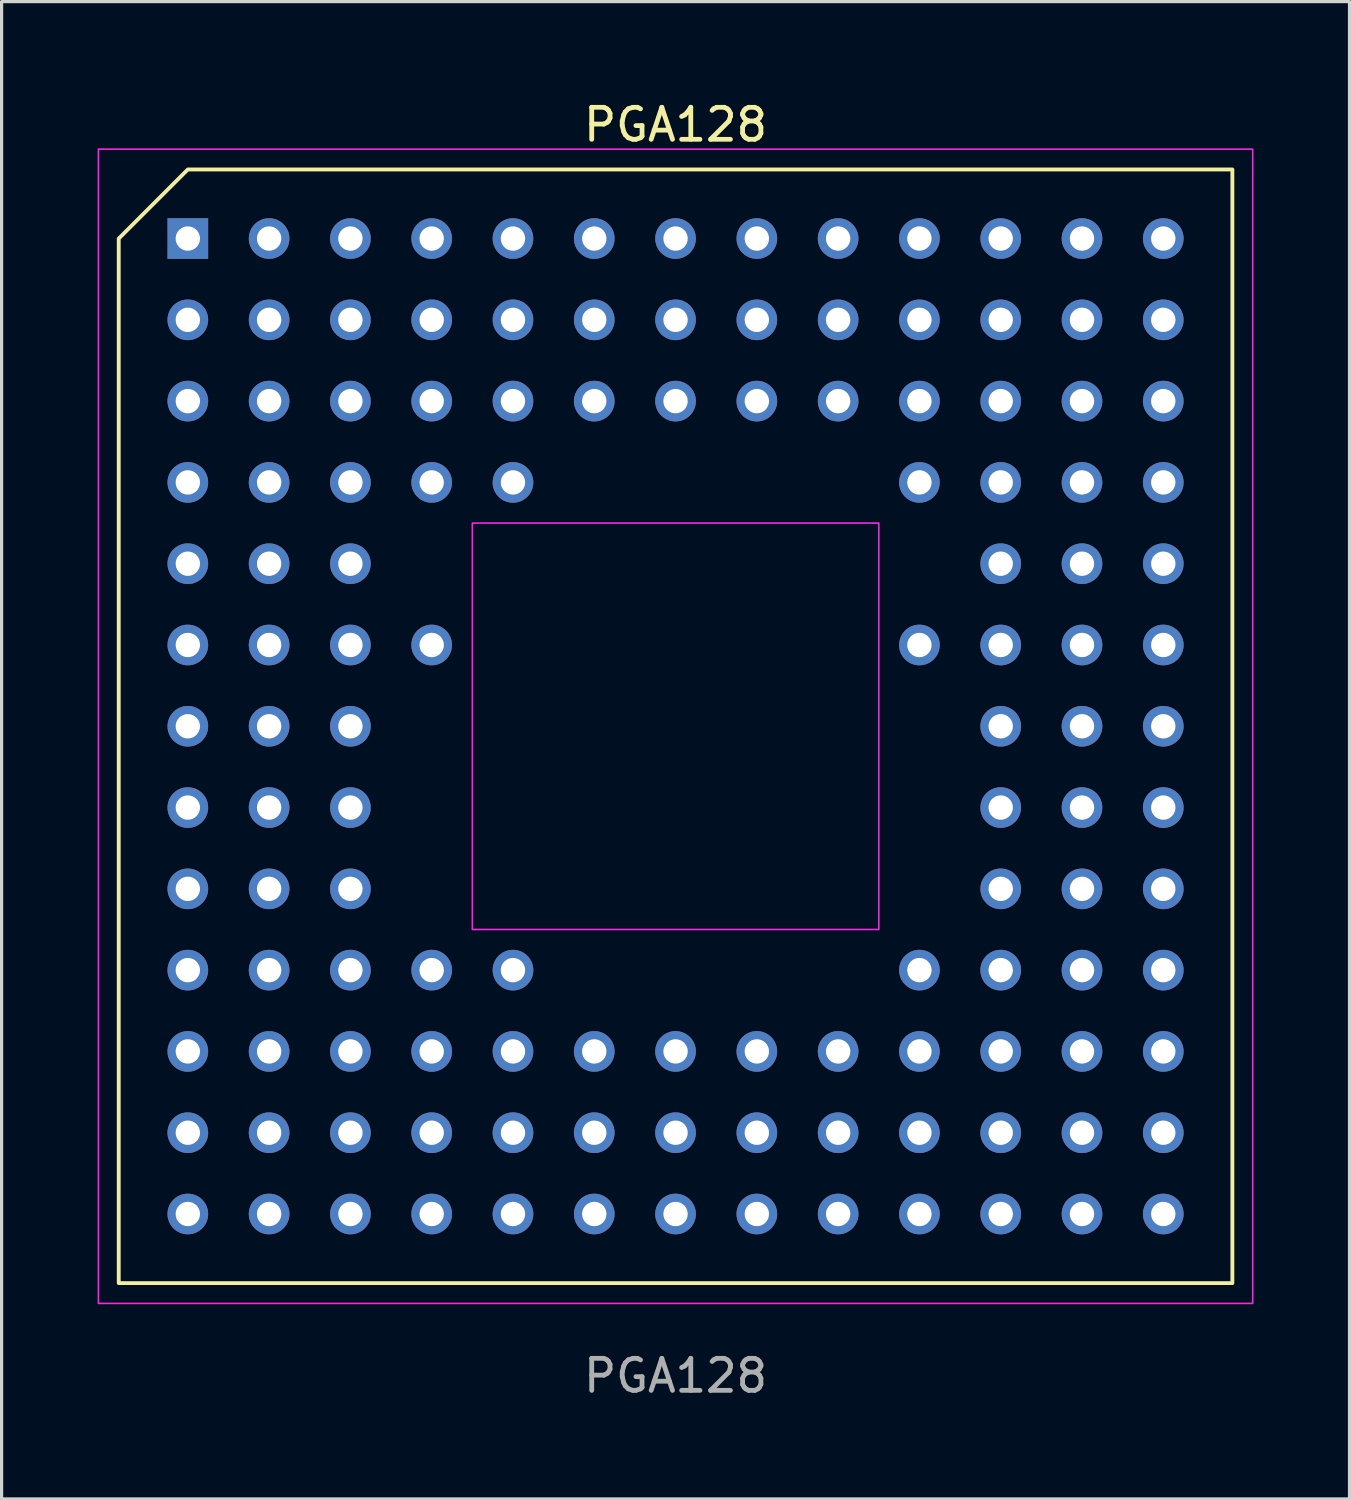
<source format=kicad_pcb>
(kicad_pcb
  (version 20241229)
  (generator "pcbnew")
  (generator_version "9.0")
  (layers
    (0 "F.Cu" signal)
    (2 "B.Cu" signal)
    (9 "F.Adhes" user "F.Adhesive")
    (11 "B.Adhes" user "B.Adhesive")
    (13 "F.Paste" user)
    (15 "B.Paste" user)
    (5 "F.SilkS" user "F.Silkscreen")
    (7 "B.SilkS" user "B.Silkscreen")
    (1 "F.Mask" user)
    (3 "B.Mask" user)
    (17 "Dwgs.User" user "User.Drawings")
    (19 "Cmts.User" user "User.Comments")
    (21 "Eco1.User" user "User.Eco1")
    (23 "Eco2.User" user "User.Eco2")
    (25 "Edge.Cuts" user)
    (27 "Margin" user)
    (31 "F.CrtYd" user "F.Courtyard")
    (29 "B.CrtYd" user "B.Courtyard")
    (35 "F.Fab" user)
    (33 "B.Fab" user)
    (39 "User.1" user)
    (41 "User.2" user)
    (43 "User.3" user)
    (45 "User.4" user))
  (footprint "PGA128"
    (layer "F.Cu")
    (at 18.059 19.644)
    (property "Reference" "PGA128" (at 0 -18.796 0) (unlocked yes) (layer "F.SilkS") (effects (font (size 1 1) (thickness 0.15))))
    (attr through_hole)
    (fp_poly (pts (xy 17.399 -17.399) (xy 17.399 17.399) (xy -17.399 17.399) (xy -17.399 -15.24) (xy -15.24 -17.399)) (stroke (width 0.12) (type solid)) (fill no) (layer "F.SilkS"))
    (fp_rect (start -18.034 -18.034) (end 18.034 18.034) (stroke (width 0.05) (type default)) (fill no) (layer "F.CrtYd"))
    (fp_rect (start 6.35 6.35) (end -6.35 -6.35) (stroke (width 0.05) (type default)) (fill no) (layer "F.CrtYd"))
    (fp_text user "${REFERENCE}" (at 0 20.296 0) (unlocked yes) (layer "F.Fab") (effects (font (size 1 1) (thickness 0.15))))
    (pad "A1" thru_hole rect (at -15.24 -15.24 180) (size 1.27 1.27) (drill 0.762) (layers "*.Cu" "*.Mask"))
    (pad "A2" thru_hole circle (at -12.7 -15.24 180) (size 1.27 1.27) (drill 0.762) (layers "*.Cu" "*.Mask"))
    (pad "A3" thru_hole circle (at -10.16 -15.24 180) (size 1.27 1.27) (drill 0.762) (layers "*.Cu" "*.Mask"))
    (pad "A4" thru_hole circle (at -7.62 -15.24 180) (size 1.27 1.27) (drill 0.762) (layers "*.Cu" "*.Mask"))
    (pad "A5" thru_hole circle (at -5.08 -15.24 180) (size 1.27 1.27) (drill 0.762) (layers "*.Cu" "*.Mask"))
    (pad "A6" thru_hole circle (at -2.54 -15.24 180) (size 1.27 1.27) (drill 0.762) (layers "*.Cu" "*.Mask"))
    (pad "A7" thru_hole circle (at 0 -15.24 180) (size 1.27 1.27) (drill 0.762) (layers "*.Cu" "*.Mask"))
    (pad "A8" thru_hole circle (at 2.54 -15.24 180) (size 1.27 1.27) (drill 0.762) (layers "*.Cu" "*.Mask"))
    (pad "A9" thru_hole circle (at 5.08 -15.24 180) (size 1.27 1.27) (drill 0.762) (layers "*.Cu" "*.Mask"))
    (pad "A10" thru_hole circle (at 7.62 -15.24 180) (size 1.27 1.27) (drill 0.762) (layers "*.Cu" "*.Mask"))
    (pad "A11" thru_hole circle (at 10.16 -15.24 180) (size 1.27 1.27) (drill 0.762) (layers "*.Cu" "*.Mask"))
    (pad "A12" thru_hole circle (at 12.7 -15.24 180) (size 1.27 1.27) (drill 0.762) (layers "*.Cu" "*.Mask"))
    (pad "A13" thru_hole circle (at 15.24 -15.24 180) (size 1.27 1.27) (drill 0.762) (layers "*.Cu" "*.Mask"))
    (pad "B1" thru_hole circle (at -15.24 -12.7 180) (size 1.27 1.27) (drill 0.762) (layers "*.Cu" "*.Mask"))
    (pad "B2" thru_hole circle (at -12.7 -12.7 180) (size 1.27 1.27) (drill 0.762) (layers "*.Cu" "*.Mask"))
    (pad "B3" thru_hole circle (at -10.16 -12.7 180) (size 1.27 1.27) (drill 0.762) (layers "*.Cu" "*.Mask"))
    (pad "B4" thru_hole circle (at -7.62 -12.7 180) (size 1.27 1.27) (drill 0.762) (layers "*.Cu" "*.Mask"))
    (pad "B5" thru_hole circle (at -5.08 -12.7 180) (size 1.27 1.27) (drill 0.762) (layers "*.Cu" "*.Mask"))
    (pad "B6" thru_hole circle (at -2.54 -12.7 180) (size 1.27 1.27) (drill 0.762) (layers "*.Cu" "*.Mask"))
    (pad "B7" thru_hole circle (at 0 -12.7 180) (size 1.27 1.27) (drill 0.762) (layers "*.Cu" "*.Mask"))
    (pad "B8" thru_hole circle (at 2.54 -12.7 180) (size 1.27 1.27) (drill 0.762) (layers "*.Cu" "*.Mask"))
    (pad "B9" thru_hole circle (at 5.08 -12.7 180) (size 1.27 1.27) (drill 0.762) (layers "*.Cu" "*.Mask"))
    (pad "B10" thru_hole circle (at 7.62 -12.7 180) (size 1.27 1.27) (drill 0.762) (layers "*.Cu" "*.Mask"))
    (pad "B11" thru_hole circle (at 10.16 -12.7 180) (size 1.27 1.27) (drill 0.762) (layers "*.Cu" "*.Mask"))
    (pad "B12" thru_hole circle (at 12.7 -12.7 180) (size 1.27 1.27) (drill 0.762) (layers "*.Cu" "*.Mask"))
    (pad "B13" thru_hole circle (at 15.24 -12.7 180) (size 1.27 1.27) (drill 0.762) (layers "*.Cu" "*.Mask"))
    (pad "C1" thru_hole circle (at -15.24 -10.16 180) (size 1.27 1.27) (drill 0.762) (layers "*.Cu" "*.Mask"))
    (pad "C2" thru_hole circle (at -12.7 -10.16 180) (size 1.27 1.27) (drill 0.762) (layers "*.Cu" "*.Mask"))
    (pad "C3" thru_hole circle (at -10.16 -10.16 180) (size 1.27 1.27) (drill 0.762) (layers "*.Cu" "*.Mask"))
    (pad "C4" thru_hole circle (at -7.62 -10.16 180) (size 1.27 1.27) (drill 0.762) (layers "*.Cu" "*.Mask"))
    (pad "C5" thru_hole circle (at -5.08 -10.16 180) (size 1.27 1.27) (drill 0.762) (layers "*.Cu" "*.Mask"))
    (pad "C6" thru_hole circle (at -2.54 -10.16 180) (size 1.27 1.27) (drill 0.762) (layers "*.Cu" "*.Mask"))
    (pad "C7" thru_hole circle (at 0 -10.16 180) (size 1.27 1.27) (drill 0.762) (layers "*.Cu" "*.Mask"))
    (pad "C8" thru_hole circle (at 2.54 -10.16 180) (size 1.27 1.27) (drill 0.762) (layers "*.Cu" "*.Mask"))
    (pad "C9" thru_hole circle (at 5.08 -10.16 180) (size 1.27 1.27) (drill 0.762) (layers "*.Cu" "*.Mask"))
    (pad "C10" thru_hole circle (at 7.62 -10.16 180) (size 1.27 1.27) (drill 0.762) (layers "*.Cu" "*.Mask"))
    (pad "C11" thru_hole circle (at 10.16 -10.16 180) (size 1.27 1.27) (drill 0.762) (layers "*.Cu" "*.Mask"))
    (pad "C12" thru_hole circle (at 12.7 -10.16 180) (size 1.27 1.27) (drill 0.762) (layers "*.Cu" "*.Mask"))
    (pad "C13" thru_hole circle (at 15.24 -10.16 180) (size 1.27 1.27) (drill 0.762) (layers "*.Cu" "*.Mask"))
    (pad "D1" thru_hole circle (at -15.24 -7.62 180) (size 1.27 1.27) (drill 0.762) (layers "*.Cu" "*.Mask"))
    (pad "D2" thru_hole circle (at -12.7 -7.62 180) (size 1.27 1.27) (drill 0.762) (layers "*.Cu" "*.Mask"))
    (pad "D3" thru_hole circle (at -10.16 -7.62) (size 1.27 1.27) (drill 0.762) (layers "*.Cu" "*.Mask"))
    (pad "D4" thru_hole circle (at -7.62 -7.62 180) (size 1.27 1.27) (drill 0.762) (layers "*.Cu" "*.Mask"))
    (pad "D5" thru_hole circle (at -5.08 -7.62 180) (size 1.27 1.27) (drill 0.762) (layers "*.Cu" "*.Mask"))
    (pad "D10" thru_hole circle (at 7.62 -7.62 180) (size 1.27 1.27) (drill 0.762) (layers "*.Cu" "*.Mask"))
    (pad "D11" thru_hole circle (at 10.16 -7.62 180) (size 1.27 1.27) (drill 0.762) (layers "*.Cu" "*.Mask"))
    (pad "D12" thru_hole circle (at 12.7 -7.62 180) (size 1.27 1.27) (drill 0.762) (layers "*.Cu" "*.Mask"))
    (pad "D13" thru_hole circle (at 15.24 -7.62 180) (size 1.27 1.27) (drill 0.762) (layers "*.Cu" "*.Mask"))
    (pad "E1" thru_hole circle (at -15.24 -5.08 180) (size 1.27 1.27) (drill 0.762) (layers "*.Cu" "*.Mask"))
    (pad "E2" thru_hole circle (at -12.7 -5.08 180) (size 1.27 1.27) (drill 0.762) (layers "*.Cu" "*.Mask"))
    (pad "E3" thru_hole circle (at -10.16 -5.08 180) (size 1.27 1.27) (drill 0.762) (layers "*.Cu" "*.Mask"))
    (pad "E11" thru_hole circle (at 10.16 -5.08 180) (size 1.27 1.27) (drill 0.762) (layers "*.Cu" "*.Mask"))
    (pad "E12" thru_hole circle (at 12.7 -5.08 180) (size 1.27 1.27) (drill 0.762) (layers "*.Cu" "*.Mask"))
    (pad "E13" thru_hole circle (at 15.24 -5.08 180) (size 1.27 1.27) (drill 0.762) (layers "*.Cu" "*.Mask"))
    (pad "F1" thru_hole circle (at -15.24 -2.54 180) (size 1.27 1.27) (drill 0.762) (layers "*.Cu" "*.Mask"))
    (pad "F2" thru_hole circle (at -12.7 -2.54 180) (size 1.27 1.27) (drill 0.762) (layers "*.Cu" "*.Mask"))
    (pad "F3" thru_hole circle (at -10.16 -2.54 180) (size 1.27 1.27) (drill 0.762) (layers "*.Cu" "*.Mask"))
    (pad "F4" thru_hole circle (at -7.62 -2.54 180) (size 1.27 1.27) (drill 0.762) (layers "*.Cu" "*.Mask"))
    (pad "F10" thru_hole circle (at 7.62 -2.54 180) (size 1.27 1.27) (drill 0.762) (layers "*.Cu" "*.Mask"))
    (pad "F11" thru_hole circle (at 10.16 -2.54 180) (size 1.27 1.27) (drill 0.762) (layers "*.Cu" "*.Mask"))
    (pad "F12" thru_hole circle (at 12.7 -2.54 180) (size 1.27 1.27) (drill 0.762) (layers "*.Cu" "*.Mask"))
    (pad "F13" thru_hole circle (at 15.24 -2.54 180) (size 1.27 1.27) (drill 0.762) (layers "*.Cu" "*.Mask"))
    (pad "G1" thru_hole circle (at -15.24 0 180) (size 1.27 1.27) (drill 0.762) (layers "*.Cu" "*.Mask"))
    (pad "G2" thru_hole circle (at -12.7 0 180) (size 1.27 1.27) (drill 0.762) (layers "*.Cu" "*.Mask"))
    (pad "G3" thru_hole circle (at -10.16 0 180) (size 1.27 1.27) (drill 0.762) (layers "*.Cu" "*.Mask"))
    (pad "G11" thru_hole circle (at 10.16 0 180) (size 1.27 1.27) (drill 0.762) (layers "*.Cu" "*.Mask"))
    (pad "G12" thru_hole circle (at 12.7 0 180) (size 1.27 1.27) (drill 0.762) (layers "*.Cu" "*.Mask"))
    (pad "G13" thru_hole circle (at 15.24 0 180) (size 1.27 1.27) (drill 0.762) (layers "*.Cu" "*.Mask"))
    (pad "H1" thru_hole circle (at -15.24 2.54 180) (size 1.27 1.27) (drill 0.762) (layers "*.Cu" "*.Mask"))
    (pad "H2" thru_hole circle (at -12.7 2.54 180) (size 1.27 1.27) (drill 0.762) (layers "*.Cu" "*.Mask"))
    (pad "H3" thru_hole circle (at -10.16 2.54 180) (size 1.27 1.27) (drill 0.762) (layers "*.Cu" "*.Mask"))
    (pad "H11" thru_hole circle (at 10.16 2.54 180) (size 1.27 1.27) (drill 0.762) (layers "*.Cu" "*.Mask"))
    (pad "H12" thru_hole circle (at 12.7 2.54 180) (size 1.27 1.27) (drill 0.762) (layers "*.Cu" "*.Mask"))
    (pad "H13" thru_hole circle (at 15.24 2.54 180) (size 1.27 1.27) (drill 0.762) (layers "*.Cu" "*.Mask"))
    (pad "J1" thru_hole circle (at -15.24 5.08 180) (size 1.27 1.27) (drill 0.762) (layers "*.Cu" "*.Mask"))
    (pad "J2" thru_hole circle (at -12.7 5.08 180) (size 1.27 1.27) (drill 0.762) (layers "*.Cu" "*.Mask"))
    (pad "J3" thru_hole circle (at -10.16 5.08 180) (size 1.27 1.27) (drill 0.762) (layers "*.Cu" "*.Mask"))
    (pad "J11" thru_hole circle (at 10.16 5.08 180) (size 1.27 1.27) (drill 0.762) (layers "*.Cu" "*.Mask"))
    (pad "J12" thru_hole circle (at 12.7 5.08 180) (size 1.27 1.27) (drill 0.762) (layers "*.Cu" "*.Mask"))
    (pad "J13" thru_hole circle (at 15.24 5.08 180) (size 1.27 1.27) (drill 0.762) (layers "*.Cu" "*.Mask"))
    (pad "K1" thru_hole circle (at -15.24 7.62 180) (size 1.27 1.27) (drill 0.762) (layers "*.Cu" "*.Mask"))
    (pad "K2" thru_hole circle (at -12.7 7.62 180) (size 1.27 1.27) (drill 0.762) (layers "*.Cu" "*.Mask"))
    (pad "K3" thru_hole circle (at -10.16 7.62 180) (size 1.27 1.27) (drill 0.762) (layers "*.Cu" "*.Mask"))
    (pad "K4" thru_hole circle (at -7.62 7.62 180) (size 1.27 1.27) (drill 0.762) (layers "*.Cu" "*.Mask"))
    (pad "K5" thru_hole circle (at -5.08 7.62 180) (size 1.27 1.27) (drill 0.762) (layers "*.Cu" "*.Mask"))
    (pad "K10" thru_hole circle (at 7.62 7.62 180) (size 1.27 1.27) (drill 0.762) (layers "*.Cu" "*.Mask"))
    (pad "K11" thru_hole circle (at 10.16 7.62 180) (size 1.27 1.27) (drill 0.762) (layers "*.Cu" "*.Mask"))
    (pad "K12" thru_hole circle (at 12.7 7.62 180) (size 1.27 1.27) (drill 0.762) (layers "*.Cu" "*.Mask"))
    (pad "K13" thru_hole circle (at 15.24 7.62 180) (size 1.27 1.27) (drill 0.762) (layers "*.Cu" "*.Mask"))
    (pad "L1" thru_hole circle (at -15.24 10.16 180) (size 1.27 1.27) (drill 0.762) (layers "*.Cu" "*.Mask"))
    (pad "L2" thru_hole circle (at -12.7 10.16 180) (size 1.27 1.27) (drill 0.762) (layers "*.Cu" "*.Mask"))
    (pad "L3" thru_hole circle (at -10.16 10.16 180) (size 1.27 1.27) (drill 0.762) (layers "*.Cu" "*.Mask"))
    (pad "L4" thru_hole circle (at -7.62 10.16 180) (size 1.27 1.27) (drill 0.762) (layers "*.Cu" "*.Mask"))
    (pad "L5" thru_hole circle (at -5.08 10.16 180) (size 1.27 1.27) (drill 0.762) (layers "*.Cu" "*.Mask"))
    (pad "L6" thru_hole circle (at -2.54 10.16 180) (size 1.27 1.27) (drill 0.762) (layers "*.Cu" "*.Mask"))
    (pad "L7" thru_hole circle (at 0 10.16 180) (size 1.27 1.27) (drill 0.762) (layers "*.Cu" "*.Mask"))
    (pad "L8" thru_hole circle (at 2.54 10.16 180) (size 1.27 1.27) (drill 0.762) (layers "*.Cu" "*.Mask"))
    (pad "L9" thru_hole circle (at 5.08 10.16 180) (size 1.27 1.27) (drill 0.762) (layers "*.Cu" "*.Mask"))
    (pad "L10" thru_hole circle (at 7.62 10.16 180) (size 1.27 1.27) (drill 0.762) (layers "*.Cu" "*.Mask"))
    (pad "L11" thru_hole circle (at 10.16 10.16 180) (size 1.27 1.27) (drill 0.762) (layers "*.Cu" "*.Mask"))
    (pad "L12" thru_hole circle (at 12.7 10.16 180) (size 1.27 1.27) (drill 0.762) (layers "*.Cu" "*.Mask"))
    (pad "L13" thru_hole circle (at 15.24 10.16 180) (size 1.27 1.27) (drill 0.762) (layers "*.Cu" "*.Mask"))
    (pad "M1" thru_hole circle (at -15.24 12.7 180) (size 1.27 1.27) (drill 0.762) (layers "*.Cu" "*.Mask"))
    (pad "M2" thru_hole circle (at -12.7 12.7 180) (size 1.27 1.27) (drill 0.762) (layers "*.Cu" "*.Mask"))
    (pad "M3" thru_hole circle (at -10.16 12.7 180) (size 1.27 1.27) (drill 0.762) (layers "*.Cu" "*.Mask"))
    (pad "M4" thru_hole circle (at -7.62 12.7 180) (size 1.27 1.27) (drill 0.762) (layers "*.Cu" "*.Mask"))
    (pad "M5" thru_hole circle (at -5.08 12.7 180) (size 1.27 1.27) (drill 0.762) (layers "*.Cu" "*.Mask"))
    (pad "M6" thru_hole circle (at -2.54 12.7 180) (size 1.27 1.27) (drill 0.762) (layers "*.Cu" "*.Mask"))
    (pad "M7" thru_hole circle (at 0 12.7 180) (size 1.27 1.27) (drill 0.762) (layers "*.Cu" "*.Mask"))
    (pad "M8" thru_hole circle (at 2.54 12.7 180) (size 1.27 1.27) (drill 0.762) (layers "*.Cu" "*.Mask"))
    (pad "M9" thru_hole circle (at 5.08 12.7 180) (size 1.27 1.27) (drill 0.762) (layers "*.Cu" "*.Mask"))
    (pad "M10" thru_hole circle (at 7.62 12.7 180) (size 1.27 1.27) (drill 0.762) (layers "*.Cu" "*.Mask"))
    (pad "M11" thru_hole circle (at 10.16 12.7 180) (size 1.27 1.27) (drill 0.762) (layers "*.Cu" "*.Mask"))
    (pad "M12" thru_hole circle (at 12.7 12.7 180) (size 1.27 1.27) (drill 0.762) (layers "*.Cu" "*.Mask"))
    (pad "M13" thru_hole circle (at 15.24 12.7 180) (size 1.27 1.27) (drill 0.762) (layers "*.Cu" "*.Mask"))
    (pad "N1" thru_hole circle (at -15.24 15.24 180) (size 1.27 1.27) (drill 0.762) (layers "*.Cu" "*.Mask"))
    (pad "N2" thru_hole circle (at -12.7 15.24 180) (size 1.27 1.27) (drill 0.762) (layers "*.Cu" "*.Mask"))
    (pad "N3" thru_hole circle (at -10.16 15.24 180) (size 1.27 1.27) (drill 0.762) (layers "*.Cu" "*.Mask"))
    (pad "N4" thru_hole circle (at -7.62 15.24 180) (size 1.27 1.27) (drill 0.762) (layers "*.Cu" "*.Mask"))
    (pad "N5" thru_hole circle (at -5.08 15.24 180) (size 1.27 1.27) (drill 0.762) (layers "*.Cu" "*.Mask"))
    (pad "N6" thru_hole circle (at -2.54 15.24 180) (size 1.27 1.27) (drill 0.762) (layers "*.Cu" "*.Mask"))
    (pad "N7" thru_hole circle (at 0 15.24 180) (size 1.27 1.27) (drill 0.762) (layers "*.Cu" "*.Mask"))
    (pad "N8" thru_hole circle (at 2.54 15.24 180) (size 1.27 1.27) (drill 0.762) (layers "*.Cu" "*.Mask"))
    (pad "N9" thru_hole circle (at 5.08 15.24 180) (size 1.27 1.27) (drill 0.762) (layers "*.Cu" "*.Mask"))
    (pad "N10" thru_hole circle (at 7.62 15.24 180) (size 1.27 1.27) (drill 0.762) (layers "*.Cu" "*.Mask"))
    (pad "N11" thru_hole circle (at 10.16 15.24 180) (size 1.27 1.27) (drill 0.762) (layers "*.Cu" "*.Mask"))
    (pad "N12" thru_hole circle (at 12.7 15.24 180) (size 1.27 1.27) (drill 0.762) (layers "*.Cu" "*.Mask"))
    (pad "N13" thru_hole circle (at 15.24 15.24 180) (size 1.27 1.27) (drill 0.762) (layers "*.Cu" "*.Mask")))
  (gr_rect
    (start -3 -3)
    (end 39.118 43.788)
    (stroke (width 0.1) (type default))
    (fill no)
    (layer "Edge.Cuts")))
</source>
